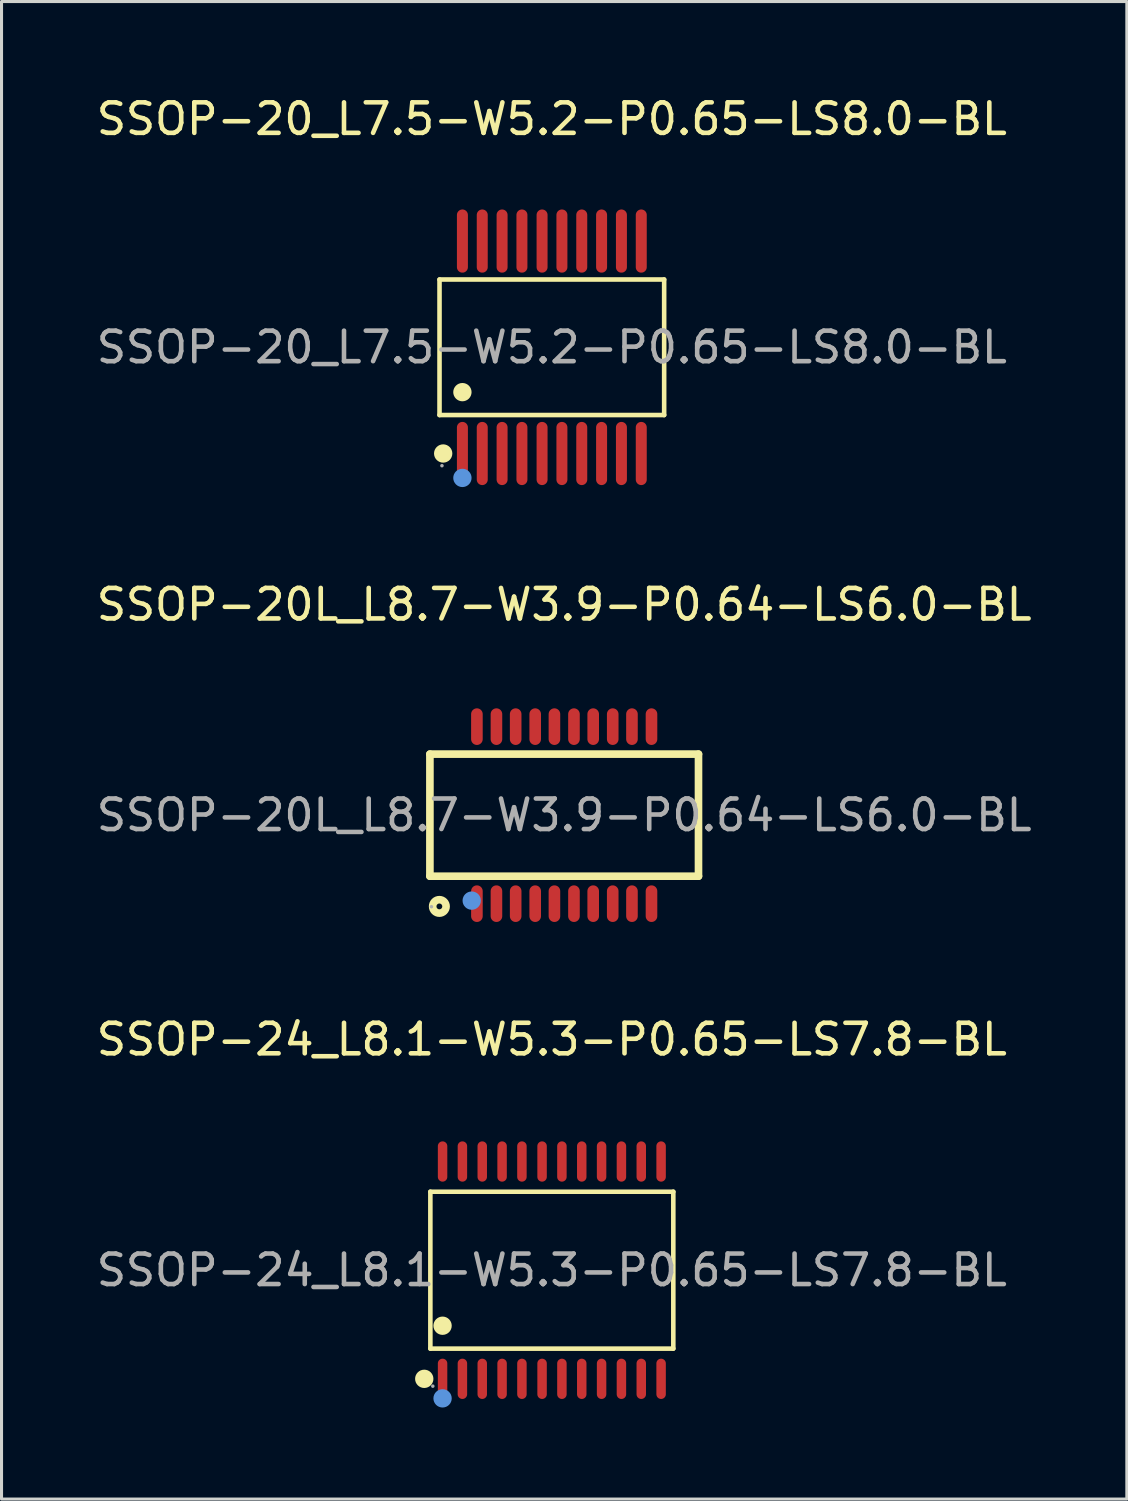
<source format=kicad_pcb>
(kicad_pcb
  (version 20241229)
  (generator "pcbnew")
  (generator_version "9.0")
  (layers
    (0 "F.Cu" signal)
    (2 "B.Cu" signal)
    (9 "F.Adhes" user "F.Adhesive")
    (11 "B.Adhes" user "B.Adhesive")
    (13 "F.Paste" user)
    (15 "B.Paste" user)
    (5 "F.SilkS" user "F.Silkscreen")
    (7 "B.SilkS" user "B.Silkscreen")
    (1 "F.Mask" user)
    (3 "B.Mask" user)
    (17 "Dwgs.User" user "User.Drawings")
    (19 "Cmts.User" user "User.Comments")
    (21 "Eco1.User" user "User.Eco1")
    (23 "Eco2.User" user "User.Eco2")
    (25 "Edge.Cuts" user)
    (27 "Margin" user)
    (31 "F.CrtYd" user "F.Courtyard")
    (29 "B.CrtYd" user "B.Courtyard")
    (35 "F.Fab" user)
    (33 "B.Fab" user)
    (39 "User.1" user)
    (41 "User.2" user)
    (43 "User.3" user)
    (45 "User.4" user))
  (footprint "SSOP-24_L8.1-W5.3-P0.65-LS7.8-BL"
    (layer "F.Cu")
    (at 15.03 38.565)
    (property "Reference" "SSOP-24_L8.1-W5.3-P0.65-LS7.8-BL" (at 0 -7.56 0) (layer "F.SilkS") (effects (font (size 1 1) (thickness 0.15))))
    (attr through_hole)
    (fp_line (start -3.98 -2.57) (end 3.98 -2.57) (stroke (width 0.15) (type solid)) (layer "F.SilkS"))
    (fp_line (start -3.98 2.57) (end -3.98 -2.57) (stroke (width 0.15) (type solid)) (layer "F.SilkS"))
    (fp_line (start 3.98 -2.57) (end 3.98 2.57) (stroke (width 0.15) (type solid)) (layer "F.SilkS"))
    (fp_line (start 3.98 2.57) (end -3.98 2.57) (stroke (width 0.15) (type solid)) (layer "F.SilkS"))
    (fp_circle (center -4.18 3.56) (end -4.03 3.56) (stroke (width 0.3) (type solid)) (fill no) (layer "F.SilkS"))
    (fp_circle (center -3.58 1.82) (end -3.43 1.82) (stroke (width 0.3) (type solid)) (fill no) (layer "F.SilkS"))
    (fp_circle (center -3.58 4.2) (end -3.43 4.2) (stroke (width 0.3) (type solid)) (fill no) (layer "Cmts.User"))
    (fp_circle (center -3.9 3.8) (end -3.87 3.8) (stroke (width 0.06) (type solid)) (fill no) (layer "F.Fab"))
    (fp_text user "${REFERENCE}" (at 0 0 0) (layer "F.Fab") (effects (font (size 1 1) (thickness 0.15))))
    (pad "1" smd oval (at -3.58 3.56) (size 0.31 1.32) (layers "F.Cu" "F.Mask" "F.Paste"))
    (pad "2" smd oval (at -2.93 3.56) (size 0.31 1.32) (layers "F.Cu" "F.Mask" "F.Paste"))
    (pad "3" smd oval (at -2.28 3.56) (size 0.31 1.32) (layers "F.Cu" "F.Mask" "F.Paste"))
    (pad "4" smd oval (at -1.63 3.56) (size 0.31 1.32) (layers "F.Cu" "F.Mask" "F.Paste"))
    (pad "5" smd oval (at -0.98 3.56) (size 0.31 1.32) (layers "F.Cu" "F.Mask" "F.Paste"))
    (pad "6" smd oval (at -0.32 3.56) (size 0.31 1.32) (layers "F.Cu" "F.Mask" "F.Paste"))
    (pad "7" smd oval (at 0.33 3.56) (size 0.31 1.32) (layers "F.Cu" "F.Mask" "F.Paste"))
    (pad "8" smd oval (at 0.98 3.56) (size 0.31 1.32) (layers "F.Cu" "F.Mask" "F.Paste"))
    (pad "9" smd oval (at 1.63 3.56) (size 0.31 1.32) (layers "F.Cu" "F.Mask" "F.Paste"))
    (pad "10" smd oval (at 2.28 3.56) (size 0.31 1.32) (layers "F.Cu" "F.Mask" "F.Paste"))
    (pad "11" smd oval (at 2.93 3.56) (size 0.31 1.32) (layers "F.Cu" "F.Mask" "F.Paste"))
    (pad "12" smd oval (at 3.58 3.56) (size 0.31 1.32) (layers "F.Cu" "F.Mask" "F.Paste"))
    (pad "13" smd oval (at 3.58 -3.56) (size 0.31 1.32) (layers "F.Cu" "F.Mask" "F.Paste"))
    (pad "14" smd oval (at 2.93 -3.56) (size 0.31 1.32) (layers "F.Cu" "F.Mask" "F.Paste"))
    (pad "15" smd oval (at 2.28 -3.56) (size 0.31 1.32) (layers "F.Cu" "F.Mask" "F.Paste"))
    (pad "16" smd oval (at 1.63 -3.56) (size 0.31 1.32) (layers "F.Cu" "F.Mask" "F.Paste"))
    (pad "17" smd oval (at 0.98 -3.56) (size 0.31 1.32) (layers "F.Cu" "F.Mask" "F.Paste"))
    (pad "18" smd oval (at 0.33 -3.56) (size 0.31 1.32) (layers "F.Cu" "F.Mask" "F.Paste"))
    (pad "19" smd oval (at -0.32 -3.56) (size 0.31 1.32) (layers "F.Cu" "F.Mask" "F.Paste"))
    (pad "20" smd oval (at -0.98 -3.56) (size 0.31 1.32) (layers "F.Cu" "F.Mask" "F.Paste"))
    (pad "21" smd oval (at -1.63 -3.56) (size 0.31 1.32) (layers "F.Cu" "F.Mask" "F.Paste"))
    (pad "22" smd oval (at -2.28 -3.56) (size 0.31 1.32) (layers "F.Cu" "F.Mask" "F.Paste"))
    (pad "23" smd oval (at -2.93 -3.56) (size 0.31 1.32) (layers "F.Cu" "F.Mask" "F.Paste"))
    (pad "24" smd oval (at -3.58 -3.56) (size 0.31 1.32) (layers "F.Cu" "F.Mask" "F.Paste")))
  (footprint "SSOP-20_L7.5-W5.2-P0.65-LS8.0-BL"
    (layer "F.Cu")
    (at 15.03 8.328)
    (property "Reference" "SSOP-20_L7.5-W5.2-P0.65-LS8.0-BL" (at 0 -7.48 0) (layer "F.SilkS") (effects (font (size 1 1) (thickness 0.15))))
    (attr through_hole)
    (fp_line (start -3.68 -2.22) (end 3.68 -2.22) (stroke (width 0.15) (type solid)) (layer "F.SilkS"))
    (fp_line (start -3.68 2.22) (end -3.68 -2.22) (stroke (width 0.15) (type solid)) (layer "F.SilkS"))
    (fp_line (start 3.68 -2.22) (end 3.68 2.22) (stroke (width 0.15) (type solid)) (layer "F.SilkS"))
    (fp_line (start 3.68 2.22) (end -3.68 2.22) (stroke (width 0.15) (type solid)) (layer "F.SilkS"))
    (fp_circle (center -3.56 3.48) (end -3.41 3.48) (stroke (width 0.3) (type solid)) (fill no) (layer "F.SilkS"))
    (fp_circle (center -2.93 1.47) (end -2.78 1.47) (stroke (width 0.3) (type solid)) (fill no) (layer "F.SilkS"))
    (fp_circle (center -2.93 4.28) (end -2.78 4.28) (stroke (width 0.3) (type solid)) (fill no) (layer "Cmts.User"))
    (fp_circle (center -3.6 3.88) (end -3.57 3.88) (stroke (width 0.06) (type solid)) (fill no) (layer "F.Fab"))
    (fp_text user "${REFERENCE}" (at 0 0 0) (layer "F.Fab") (effects (font (size 1 1) (thickness 0.15))))
    (pad "1" smd oval (at -2.93 3.48) (size 0.36 2.07) (layers "F.Cu" "F.Mask" "F.Paste"))
    (pad "2" smd oval (at -2.28 3.48) (size 0.36 2.07) (layers "F.Cu" "F.Mask" "F.Paste"))
    (pad "3" smd oval (at -1.63 3.48) (size 0.36 2.07) (layers "F.Cu" "F.Mask" "F.Paste"))
    (pad "4" smd oval (at -0.98 3.48) (size 0.36 2.07) (layers "F.Cu" "F.Mask" "F.Paste"))
    (pad "5" smd oval (at -0.32 3.48) (size 0.36 2.07) (layers "F.Cu" "F.Mask" "F.Paste"))
    (pad "6" smd oval (at 0.33 3.48) (size 0.36 2.07) (layers "F.Cu" "F.Mask" "F.Paste"))
    (pad "7" smd oval (at 0.98 3.48) (size 0.36 2.07) (layers "F.Cu" "F.Mask" "F.Paste"))
    (pad "8" smd oval (at 1.63 3.48) (size 0.36 2.07) (layers "F.Cu" "F.Mask" "F.Paste"))
    (pad "9" smd oval (at 2.28 3.48) (size 0.36 2.07) (layers "F.Cu" "F.Mask" "F.Paste"))
    (pad "10" smd oval (at 2.93 3.48) (size 0.36 2.07) (layers "F.Cu" "F.Mask" "F.Paste"))
    (pad "11" smd oval (at 2.93 -3.48) (size 0.36 2.07) (layers "F.Cu" "F.Mask" "F.Paste"))
    (pad "12" smd oval (at 2.28 -3.48) (size 0.36 2.07) (layers "F.Cu" "F.Mask" "F.Paste"))
    (pad "13" smd oval (at 1.63 -3.48) (size 0.36 2.07) (layers "F.Cu" "F.Mask" "F.Paste"))
    (pad "14" smd oval (at 0.98 -3.48) (size 0.36 2.07) (layers "F.Cu" "F.Mask" "F.Paste"))
    (pad "15" smd oval (at 0.33 -3.48) (size 0.36 2.07) (layers "F.Cu" "F.Mask" "F.Paste"))
    (pad "16" smd oval (at -0.32 -3.48) (size 0.36 2.07) (layers "F.Cu" "F.Mask" "F.Paste"))
    (pad "17" smd oval (at -0.98 -3.48) (size 0.36 2.07) (layers "F.Cu" "F.Mask" "F.Paste"))
    (pad "18" smd oval (at -1.63 -3.48) (size 0.36 2.07) (layers "F.Cu" "F.Mask" "F.Paste"))
    (pad "19" smd oval (at -2.28 -3.48) (size 0.36 2.07) (layers "F.Cu" "F.Mask" "F.Paste"))
    (pad "20" smd oval (at -2.93 -3.48) (size 0.36 2.07) (layers "F.Cu" "F.Mask" "F.Paste")))
  (footprint "SSOP-20L_L8.7-W3.9-P0.64-LS6.0-BL"
    (layer "F.Cu")
    (at 15.435 23.657)
    (property "Reference" "SSOP-20L_L8.7-W3.9-P0.64-LS6.0-BL" (at 0 -6.9 0) (layer "F.SilkS") (effects (font (size 1 1) (thickness 0.15))))
    (attr through_hole)
    (fp_line (start -4.4 -2) (end -4.4 2) (stroke (width 0.25) (type solid)) (layer "F.SilkS"))
    (fp_line (start -4.4 -2) (end 4.4 -2) (stroke (width 0.25) (type solid)) (layer "F.SilkS"))
    (fp_line (start -4.4 2) (end 4.4 2) (stroke (width 0.25) (type solid)) (layer "F.SilkS"))
    (fp_line (start 4.4 -2) (end 4.4 2) (stroke (width 0.25) (type solid)) (layer "F.SilkS"))
    (fp_circle (center -4.09 2.99) (end -3.87 2.99) (stroke (width 0.25) (type solid)) (fill no) (layer "F.SilkS"))
    (fp_circle (center -3.03 2.8) (end -2.88 2.8) (stroke (width 0.3) (type solid)) (fill no) (layer "Cmts.User"))
    (fp_circle (center -4.35 3) (end -4.32 3) (stroke (width 0.06) (type solid)) (fill no) (layer "F.Fab"))
    (fp_text user "${REFERENCE}" (at 0 0 0) (layer "F.Fab") (effects (font (size 1 1) (thickness 0.15))))
    (pad "1" smd oval (at -2.86 2.9 180) (size 0.38 1.2) (layers "F.Cu" "F.Mask" "F.Paste"))
    (pad "2" smd oval (at -2.22 2.9 180) (size 0.38 1.2) (layers "F.Cu" "F.Mask" "F.Paste"))
    (pad "3" smd oval (at -1.59 2.9 180) (size 0.38 1.2) (layers "F.Cu" "F.Mask" "F.Paste"))
    (pad "4" smd oval (at -0.95 2.9 180) (size 0.38 1.2) (layers "F.Cu" "F.Mask" "F.Paste"))
    (pad "5" smd oval (at -0.32 2.9 180) (size 0.38 1.2) (layers "F.Cu" "F.Mask" "F.Paste"))
    (pad "6" smd oval (at 0.32 2.9 180) (size 0.38 1.2) (layers "F.Cu" "F.Mask" "F.Paste"))
    (pad "7" smd oval (at 0.95 2.9 180) (size 0.38 1.2) (layers "F.Cu" "F.Mask" "F.Paste"))
    (pad "8" smd oval (at 1.59 2.9 180) (size 0.38 1.2) (layers "F.Cu" "F.Mask" "F.Paste"))
    (pad "9" smd oval (at 2.22 2.9 180) (size 0.38 1.2) (layers "F.Cu" "F.Mask" "F.Paste"))
    (pad "10" smd oval (at 2.86 2.9 180) (size 0.38 1.2) (layers "F.Cu" "F.Mask" "F.Paste"))
    (pad "11" smd oval (at 2.86 -2.9) (size 0.38 1.2) (layers "F.Cu" "F.Mask" "F.Paste"))
    (pad "12" smd oval (at 2.22 -2.9) (size 0.38 1.2) (layers "F.Cu" "F.Mask" "F.Paste"))
    (pad "13" smd oval (at 1.59 -2.9) (size 0.38 1.2) (layers "F.Cu" "F.Mask" "F.Paste"))
    (pad "14" smd oval (at 0.95 -2.9) (size 0.38 1.2) (layers "F.Cu" "F.Mask" "F.Paste"))
    (pad "15" smd oval (at 0.32 -2.9) (size 0.38 1.2) (layers "F.Cu" "F.Mask" "F.Paste"))
    (pad "16" smd oval (at -0.32 -2.9) (size 0.38 1.2) (layers "F.Cu" "F.Mask" "F.Paste"))
    (pad "17" smd oval (at -0.95 -2.9) (size 0.38 1.2) (layers "F.Cu" "F.Mask" "F.Paste"))
    (pad "18" smd oval (at -1.59 -2.9) (size 0.38 1.2) (layers "F.Cu" "F.Mask" "F.Paste"))
    (pad "19" smd oval (at -2.22 -2.9) (size 0.38 1.2) (layers "F.Cu" "F.Mask" "F.Paste"))
    (pad "20" smd oval (at -2.86 -2.9) (size 0.38 1.2) (layers "F.Cu" "F.Mask" "F.Paste")))
  (gr_rect
    (start -3 -3)
    (end 33.869 46.065)
    (stroke (width 0.1) (type default))
    (fill no)
    (layer "Edge.Cuts")))
</source>
